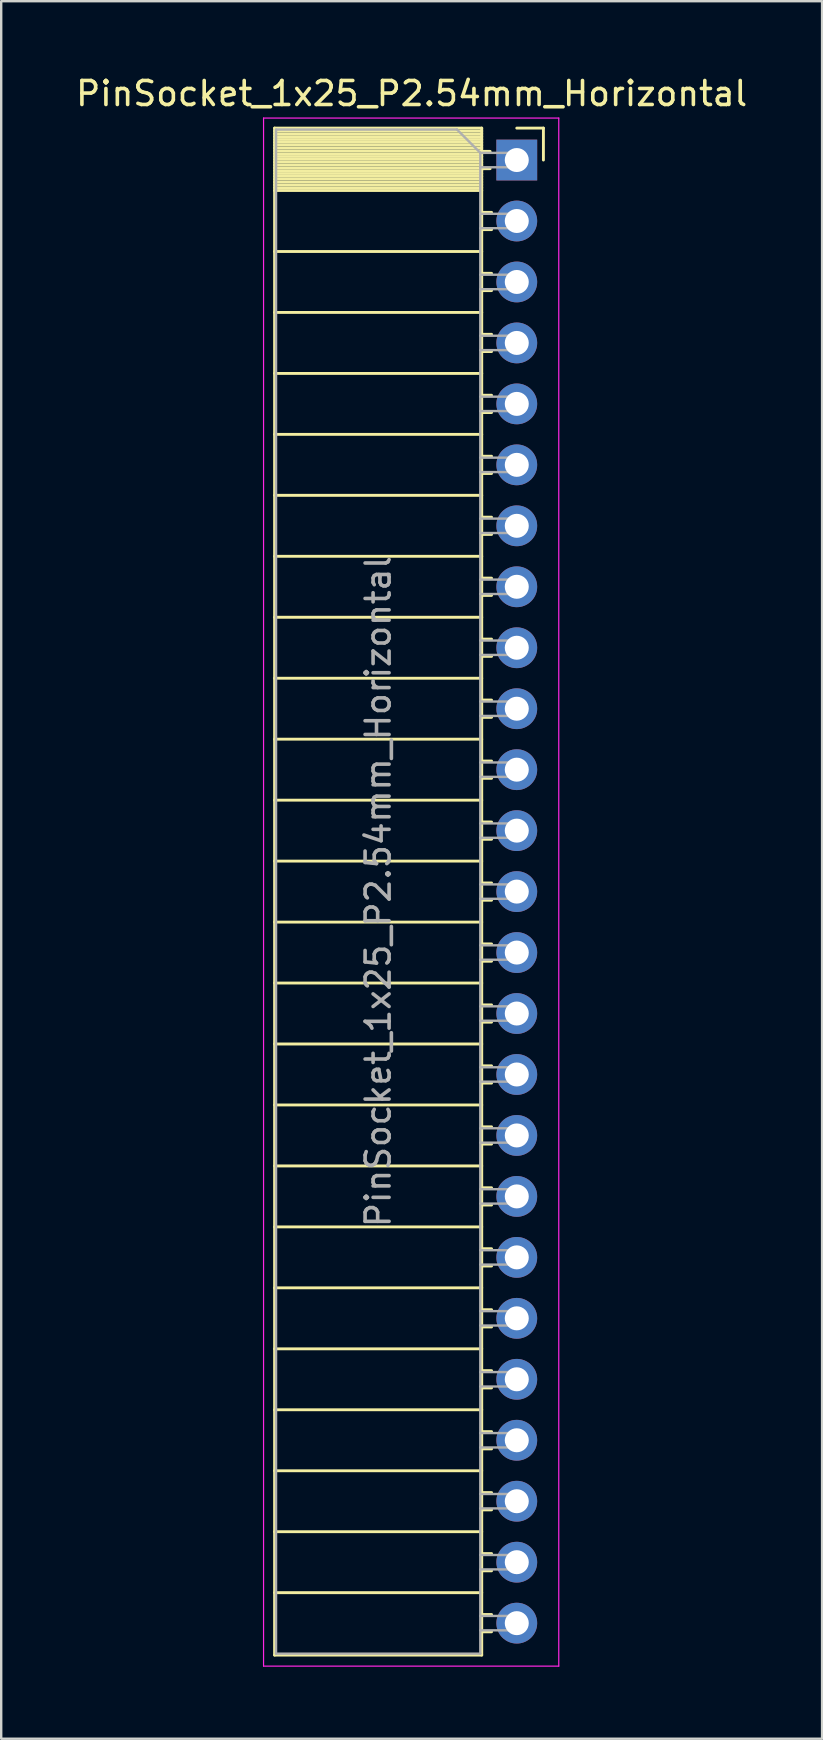
<source format=kicad_pcb>
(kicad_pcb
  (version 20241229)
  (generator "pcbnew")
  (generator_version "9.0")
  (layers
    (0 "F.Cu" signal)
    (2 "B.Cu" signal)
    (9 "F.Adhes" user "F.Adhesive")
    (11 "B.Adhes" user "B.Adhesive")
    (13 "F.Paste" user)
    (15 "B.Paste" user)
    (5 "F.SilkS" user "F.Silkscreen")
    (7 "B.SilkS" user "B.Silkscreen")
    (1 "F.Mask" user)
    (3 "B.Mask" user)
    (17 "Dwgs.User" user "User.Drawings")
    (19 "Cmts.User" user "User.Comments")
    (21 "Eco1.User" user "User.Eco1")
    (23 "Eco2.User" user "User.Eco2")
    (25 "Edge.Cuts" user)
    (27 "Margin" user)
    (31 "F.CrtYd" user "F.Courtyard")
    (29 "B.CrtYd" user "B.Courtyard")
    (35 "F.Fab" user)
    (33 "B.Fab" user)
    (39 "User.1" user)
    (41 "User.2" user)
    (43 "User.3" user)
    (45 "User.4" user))
  (footprint "PinSocket_1x25_P2.54mm_Horizontal"
    (layer "F.Cu")
    (at 18.481 3.618)
    (property "Reference" "PinSocket_1x25_P2.54mm_Horizontal" (at -4.38 -2.77 0) (layer "F.SilkS") (effects (font (size 1 1) (thickness 0.15))))
    (attr through_hole)
    (fp_line (start -10.09 -1.33) (end -10.09 62.29) (stroke (width 0.12) (type solid)) (layer "F.SilkS"))
    (fp_line (start -10.09 -1.33) (end -1.46 -1.33) (stroke (width 0.12) (type solid)) (layer "F.SilkS"))
    (fp_line (start -10.09 -1.21) (end -1.46 -1.21) (stroke (width 0.12) (type solid)) (layer "F.SilkS"))
    (fp_line (start -10.09 -1.092) (end -1.46 -1.092) (stroke (width 0.12) (type solid)) (layer "F.SilkS"))
    (fp_line (start -10.09 -0.974) (end -1.46 -0.974) (stroke (width 0.12) (type solid)) (layer "F.SilkS"))
    (fp_line (start -10.09 -0.856) (end -1.46 -0.856) (stroke (width 0.12) (type solid)) (layer "F.SilkS"))
    (fp_line (start -10.09 -0.738) (end -1.46 -0.738) (stroke (width 0.12) (type solid)) (layer "F.SilkS"))
    (fp_line (start -10.09 -0.62) (end -1.46 -0.62) (stroke (width 0.12) (type solid)) (layer "F.SilkS"))
    (fp_line (start -10.09 -0.501) (end -1.46 -0.501) (stroke (width 0.12) (type solid)) (layer "F.SilkS"))
    (fp_line (start -10.09 -0.383) (end -1.46 -0.383) (stroke (width 0.12) (type solid)) (layer "F.SilkS"))
    (fp_line (start -10.09 -0.265) (end -1.46 -0.265) (stroke (width 0.12) (type solid)) (layer "F.SilkS"))
    (fp_line (start -10.09 -0.147) (end -1.46 -0.147) (stroke (width 0.12) (type solid)) (layer "F.SilkS"))
    (fp_line (start -10.09 -0.029) (end -1.46 -0.029) (stroke (width 0.12) (type solid)) (layer "F.SilkS"))
    (fp_line (start -10.09 0.089) (end -1.46 0.089) (stroke (width 0.12) (type solid)) (layer "F.SilkS"))
    (fp_line (start -10.09 0.207) (end -1.46 0.207) (stroke (width 0.12) (type solid)) (layer "F.SilkS"))
    (fp_line (start -10.09 0.325) (end -1.46 0.325) (stroke (width 0.12) (type solid)) (layer "F.SilkS"))
    (fp_line (start -10.09 0.443) (end -1.46 0.443) (stroke (width 0.12) (type solid)) (layer "F.SilkS"))
    (fp_line (start -10.09 0.561) (end -1.46 0.561) (stroke (width 0.12) (type solid)) (layer "F.SilkS"))
    (fp_line (start -10.09 0.68) (end -1.46 0.68) (stroke (width 0.12) (type solid)) (layer "F.SilkS"))
    (fp_line (start -10.09 0.798) (end -1.46 0.798) (stroke (width 0.12) (type solid)) (layer "F.SilkS"))
    (fp_line (start -10.09 0.916) (end -1.46 0.916) (stroke (width 0.12) (type solid)) (layer "F.SilkS"))
    (fp_line (start -10.09 1.034) (end -1.46 1.034) (stroke (width 0.12) (type solid)) (layer "F.SilkS"))
    (fp_line (start -10.09 1.152) (end -1.46 1.152) (stroke (width 0.12) (type solid)) (layer "F.SilkS"))
    (fp_line (start -10.09 1.27) (end -1.46 1.27) (stroke (width 0.12) (type solid)) (layer "F.SilkS"))
    (fp_line (start -10.09 3.81) (end -1.46 3.81) (stroke (width 0.12) (type solid)) (layer "F.SilkS"))
    (fp_line (start -10.09 6.35) (end -1.46 6.35) (stroke (width 0.12) (type solid)) (layer "F.SilkS"))
    (fp_line (start -10.09 8.89) (end -1.46 8.89) (stroke (width 0.12) (type solid)) (layer "F.SilkS"))
    (fp_line (start -10.09 11.43) (end -1.46 11.43) (stroke (width 0.12) (type solid)) (layer "F.SilkS"))
    (fp_line (start -10.09 13.97) (end -1.46 13.97) (stroke (width 0.12) (type solid)) (layer "F.SilkS"))
    (fp_line (start -10.09 16.51) (end -1.46 16.51) (stroke (width 0.12) (type solid)) (layer "F.SilkS"))
    (fp_line (start -10.09 19.05) (end -1.46 19.05) (stroke (width 0.12) (type solid)) (layer "F.SilkS"))
    (fp_line (start -10.09 21.59) (end -1.46 21.59) (stroke (width 0.12) (type solid)) (layer "F.SilkS"))
    (fp_line (start -10.09 24.13) (end -1.46 24.13) (stroke (width 0.12) (type solid)) (layer "F.SilkS"))
    (fp_line (start -10.09 26.67) (end -1.46 26.67) (stroke (width 0.12) (type solid)) (layer "F.SilkS"))
    (fp_line (start -10.09 29.21) (end -1.46 29.21) (stroke (width 0.12) (type solid)) (layer "F.SilkS"))
    (fp_line (start -10.09 31.75) (end -1.46 31.75) (stroke (width 0.12) (type solid)) (layer "F.SilkS"))
    (fp_line (start -10.09 34.29) (end -1.46 34.29) (stroke (width 0.12) (type solid)) (layer "F.SilkS"))
    (fp_line (start -10.09 36.83) (end -1.46 36.83) (stroke (width 0.12) (type solid)) (layer "F.SilkS"))
    (fp_line (start -10.09 39.37) (end -1.46 39.37) (stroke (width 0.12) (type solid)) (layer "F.SilkS"))
    (fp_line (start -10.09 41.91) (end -1.46 41.91) (stroke (width 0.12) (type solid)) (layer "F.SilkS"))
    (fp_line (start -10.09 44.45) (end -1.46 44.45) (stroke (width 0.12) (type solid)) (layer "F.SilkS"))
    (fp_line (start -10.09 46.99) (end -1.46 46.99) (stroke (width 0.12) (type solid)) (layer "F.SilkS"))
    (fp_line (start -10.09 49.53) (end -1.46 49.53) (stroke (width 0.12) (type solid)) (layer "F.SilkS"))
    (fp_line (start -10.09 52.07) (end -1.46 52.07) (stroke (width 0.12) (type solid)) (layer "F.SilkS"))
    (fp_line (start -10.09 54.61) (end -1.46 54.61) (stroke (width 0.12) (type solid)) (layer "F.SilkS"))
    (fp_line (start -10.09 57.15) (end -1.46 57.15) (stroke (width 0.12) (type solid)) (layer "F.SilkS"))
    (fp_line (start -10.09 59.69) (end -1.46 59.69) (stroke (width 0.12) (type solid)) (layer "F.SilkS"))
    (fp_line (start -10.09 62.29) (end -1.46 62.29) (stroke (width 0.12) (type solid)) (layer "F.SilkS"))
    (fp_line (start -1.46 -1.33) (end -1.46 62.29) (stroke (width 0.12) (type solid)) (layer "F.SilkS"))
    (fp_line (start -1.46 -0.36) (end -1.11 -0.36) (stroke (width 0.12) (type solid)) (layer "F.SilkS"))
    (fp_line (start -1.46 0.36) (end -1.11 0.36) (stroke (width 0.12) (type solid)) (layer "F.SilkS"))
    (fp_line (start -1.46 2.18) (end -1.05 2.18) (stroke (width 0.12) (type solid)) (layer "F.SilkS"))
    (fp_line (start -1.46 2.9) (end -1.05 2.9) (stroke (width 0.12) (type solid)) (layer "F.SilkS"))
    (fp_line (start -1.46 4.72) (end -1.05 4.72) (stroke (width 0.12) (type solid)) (layer "F.SilkS"))
    (fp_line (start -1.46 5.44) (end -1.05 5.44) (stroke (width 0.12) (type solid)) (layer "F.SilkS"))
    (fp_line (start -1.46 7.26) (end -1.05 7.26) (stroke (width 0.12) (type solid)) (layer "F.SilkS"))
    (fp_line (start -1.46 7.98) (end -1.05 7.98) (stroke (width 0.12) (type solid)) (layer "F.SilkS"))
    (fp_line (start -1.46 9.8) (end -1.05 9.8) (stroke (width 0.12) (type solid)) (layer "F.SilkS"))
    (fp_line (start -1.46 10.52) (end -1.05 10.52) (stroke (width 0.12) (type solid)) (layer "F.SilkS"))
    (fp_line (start -1.46 12.34) (end -1.05 12.34) (stroke (width 0.12) (type solid)) (layer "F.SilkS"))
    (fp_line (start -1.46 13.06) (end -1.05 13.06) (stroke (width 0.12) (type solid)) (layer "F.SilkS"))
    (fp_line (start -1.46 14.88) (end -1.05 14.88) (stroke (width 0.12) (type solid)) (layer "F.SilkS"))
    (fp_line (start -1.46 15.6) (end -1.05 15.6) (stroke (width 0.12) (type solid)) (layer "F.SilkS"))
    (fp_line (start -1.46 17.42) (end -1.05 17.42) (stroke (width 0.12) (type solid)) (layer "F.SilkS"))
    (fp_line (start -1.46 18.14) (end -1.05 18.14) (stroke (width 0.12) (type solid)) (layer "F.SilkS"))
    (fp_line (start -1.46 19.96) (end -1.05 19.96) (stroke (width 0.12) (type solid)) (layer "F.SilkS"))
    (fp_line (start -1.46 20.68) (end -1.05 20.68) (stroke (width 0.12) (type solid)) (layer "F.SilkS"))
    (fp_line (start -1.46 22.5) (end -1.05 22.5) (stroke (width 0.12) (type solid)) (layer "F.SilkS"))
    (fp_line (start -1.46 23.22) (end -1.05 23.22) (stroke (width 0.12) (type solid)) (layer "F.SilkS"))
    (fp_line (start -1.46 25.04) (end -1.05 25.04) (stroke (width 0.12) (type solid)) (layer "F.SilkS"))
    (fp_line (start -1.46 25.76) (end -1.05 25.76) (stroke (width 0.12) (type solid)) (layer "F.SilkS"))
    (fp_line (start -1.46 27.58) (end -1.05 27.58) (stroke (width 0.12) (type solid)) (layer "F.SilkS"))
    (fp_line (start -1.46 28.3) (end -1.05 28.3) (stroke (width 0.12) (type solid)) (layer "F.SilkS"))
    (fp_line (start -1.46 30.12) (end -1.05 30.12) (stroke (width 0.12) (type solid)) (layer "F.SilkS"))
    (fp_line (start -1.46 30.84) (end -1.05 30.84) (stroke (width 0.12) (type solid)) (layer "F.SilkS"))
    (fp_line (start -1.46 32.66) (end -1.05 32.66) (stroke (width 0.12) (type solid)) (layer "F.SilkS"))
    (fp_line (start -1.46 33.38) (end -1.05 33.38) (stroke (width 0.12) (type solid)) (layer "F.SilkS"))
    (fp_line (start -1.46 35.2) (end -1.05 35.2) (stroke (width 0.12) (type solid)) (layer "F.SilkS"))
    (fp_line (start -1.46 35.92) (end -1.05 35.92) (stroke (width 0.12) (type solid)) (layer "F.SilkS"))
    (fp_line (start -1.46 37.74) (end -1.05 37.74) (stroke (width 0.12) (type solid)) (layer "F.SilkS"))
    (fp_line (start -1.46 38.46) (end -1.05 38.46) (stroke (width 0.12) (type solid)) (layer "F.SilkS"))
    (fp_line (start -1.46 40.28) (end -1.05 40.28) (stroke (width 0.12) (type solid)) (layer "F.SilkS"))
    (fp_line (start -1.46 41) (end -1.05 41) (stroke (width 0.12) (type solid)) (layer "F.SilkS"))
    (fp_line (start -1.46 42.82) (end -1.05 42.82) (stroke (width 0.12) (type solid)) (layer "F.SilkS"))
    (fp_line (start -1.46 43.54) (end -1.05 43.54) (stroke (width 0.12) (type solid)) (layer "F.SilkS"))
    (fp_line (start -1.46 45.36) (end -1.05 45.36) (stroke (width 0.12) (type solid)) (layer "F.SilkS"))
    (fp_line (start -1.46 46.08) (end -1.05 46.08) (stroke (width 0.12) (type solid)) (layer "F.SilkS"))
    (fp_line (start -1.46 47.9) (end -1.05 47.9) (stroke (width 0.12) (type solid)) (layer "F.SilkS"))
    (fp_line (start -1.46 48.62) (end -1.05 48.62) (stroke (width 0.12) (type solid)) (layer "F.SilkS"))
    (fp_line (start -1.46 50.44) (end -1.05 50.44) (stroke (width 0.12) (type solid)) (layer "F.SilkS"))
    (fp_line (start -1.46 51.16) (end -1.05 51.16) (stroke (width 0.12) (type solid)) (layer "F.SilkS"))
    (fp_line (start -1.46 52.98) (end -1.05 52.98) (stroke (width 0.12) (type solid)) (layer "F.SilkS"))
    (fp_line (start -1.46 53.7) (end -1.05 53.7) (stroke (width 0.12) (type solid)) (layer "F.SilkS"))
    (fp_line (start -1.46 55.52) (end -1.05 55.52) (stroke (width 0.12) (type solid)) (layer "F.SilkS"))
    (fp_line (start -1.46 56.24) (end -1.05 56.24) (stroke (width 0.12) (type solid)) (layer "F.SilkS"))
    (fp_line (start -1.46 58.06) (end -1.05 58.06) (stroke (width 0.12) (type solid)) (layer "F.SilkS"))
    (fp_line (start -1.46 58.78) (end -1.05 58.78) (stroke (width 0.12) (type solid)) (layer "F.SilkS"))
    (fp_line (start -1.46 60.6) (end -1.05 60.6) (stroke (width 0.12) (type solid)) (layer "F.SilkS"))
    (fp_line (start -1.46 61.32) (end -1.05 61.32) (stroke (width 0.12) (type solid)) (layer "F.SilkS"))
    (fp_line (start 0 -1.33) (end 1.11 -1.33) (stroke (width 0.12) (type solid)) (layer "F.SilkS"))
    (fp_line (start 1.11 -1.33) (end 1.11 0) (stroke (width 0.12) (type solid)) (layer "F.SilkS"))
    (fp_line (start -10.55 -1.75) (end -10.55 62.75) (stroke (width 0.05) (type solid)) (layer "F.CrtYd"))
    (fp_line (start -10.55 62.75) (end 1.75 62.75) (stroke (width 0.05) (type solid)) (layer "F.CrtYd"))
    (fp_line (start 1.75 -1.75) (end -10.55 -1.75) (stroke (width 0.05) (type solid)) (layer "F.CrtYd"))
    (fp_line (start 1.75 62.75) (end 1.75 -1.75) (stroke (width 0.05) (type solid)) (layer "F.CrtYd"))
    (fp_line (start -10.03 -1.27) (end -2.49 -1.27) (stroke (width 0.1) (type solid)) (layer "F.Fab"))
    (fp_line (start -10.03 62.23) (end -10.03 -1.27) (stroke (width 0.1) (type solid)) (layer "F.Fab"))
    (fp_line (start -2.49 -1.27) (end -1.52 -0.3) (stroke (width 0.1) (type solid)) (layer "F.Fab"))
    (fp_line (start -1.52 -0.3) (end -1.52 62.23) (stroke (width 0.1) (type solid)) (layer "F.Fab"))
    (fp_line (start -1.52 0.3) (end 0 0.3) (stroke (width 0.1) (type solid)) (layer "F.Fab"))
    (fp_line (start -1.52 2.84) (end 0 2.84) (stroke (width 0.1) (type solid)) (layer "F.Fab"))
    (fp_line (start -1.52 5.38) (end 0 5.38) (stroke (width 0.1) (type solid)) (layer "F.Fab"))
    (fp_line (start -1.52 7.92) (end 0 7.92) (stroke (width 0.1) (type solid)) (layer "F.Fab"))
    (fp_line (start -1.52 10.46) (end 0 10.46) (stroke (width 0.1) (type solid)) (layer "F.Fab"))
    (fp_line (start -1.52 13) (end 0 13) (stroke (width 0.1) (type solid)) (layer "F.Fab"))
    (fp_line (start -1.52 15.54) (end 0 15.54) (stroke (width 0.1) (type solid)) (layer "F.Fab"))
    (fp_line (start -1.52 18.08) (end 0 18.08) (stroke (width 0.1) (type solid)) (layer "F.Fab"))
    (fp_line (start -1.52 20.62) (end 0 20.62) (stroke (width 0.1) (type solid)) (layer "F.Fab"))
    (fp_line (start -1.52 23.16) (end 0 23.16) (stroke (width 0.1) (type solid)) (layer "F.Fab"))
    (fp_line (start -1.52 25.7) (end 0 25.7) (stroke (width 0.1) (type solid)) (layer "F.Fab"))
    (fp_line (start -1.52 28.24) (end 0 28.24) (stroke (width 0.1) (type solid)) (layer "F.Fab"))
    (fp_line (start -1.52 30.78) (end 0 30.78) (stroke (width 0.1) (type solid)) (layer "F.Fab"))
    (fp_line (start -1.52 33.32) (end 0 33.32) (stroke (width 0.1) (type solid)) (layer "F.Fab"))
    (fp_line (start -1.52 35.86) (end 0 35.86) (stroke (width 0.1) (type solid)) (layer "F.Fab"))
    (fp_line (start -1.52 38.4) (end 0 38.4) (stroke (width 0.1) (type solid)) (layer "F.Fab"))
    (fp_line (start -1.52 40.94) (end 0 40.94) (stroke (width 0.1) (type solid)) (layer "F.Fab"))
    (fp_line (start -1.52 43.48) (end 0 43.48) (stroke (width 0.1) (type solid)) (layer "F.Fab"))
    (fp_line (start -1.52 46.02) (end 0 46.02) (stroke (width 0.1) (type solid)) (layer "F.Fab"))
    (fp_line (start -1.52 48.56) (end 0 48.56) (stroke (width 0.1) (type solid)) (layer "F.Fab"))
    (fp_line (start -1.52 51.1) (end 0 51.1) (stroke (width 0.1) (type solid)) (layer "F.Fab"))
    (fp_line (start -1.52 53.64) (end 0 53.64) (stroke (width 0.1) (type solid)) (layer "F.Fab"))
    (fp_line (start -1.52 56.18) (end 0 56.18) (stroke (width 0.1) (type solid)) (layer "F.Fab"))
    (fp_line (start -1.52 58.72) (end 0 58.72) (stroke (width 0.1) (type solid)) (layer "F.Fab"))
    (fp_line (start -1.52 61.26) (end 0 61.26) (stroke (width 0.1) (type solid)) (layer "F.Fab"))
    (fp_line (start -1.52 62.23) (end -10.03 62.23) (stroke (width 0.1) (type solid)) (layer "F.Fab"))
    (fp_line (start 0 -0.3) (end -1.52 -0.3) (stroke (width 0.1) (type solid)) (layer "F.Fab"))
    (fp_line (start 0 0.3) (end 0 -0.3) (stroke (width 0.1) (type solid)) (layer "F.Fab"))
    (fp_line (start 0 2.24) (end -1.52 2.24) (stroke (width 0.1) (type solid)) (layer "F.Fab"))
    (fp_line (start 0 2.84) (end 0 2.24) (stroke (width 0.1) (type solid)) (layer "F.Fab"))
    (fp_line (start 0 4.78) (end -1.52 4.78) (stroke (width 0.1) (type solid)) (layer "F.Fab"))
    (fp_line (start 0 5.38) (end 0 4.78) (stroke (width 0.1) (type solid)) (layer "F.Fab"))
    (fp_line (start 0 7.32) (end -1.52 7.32) (stroke (width 0.1) (type solid)) (layer "F.Fab"))
    (fp_line (start 0 7.92) (end 0 7.32) (stroke (width 0.1) (type solid)) (layer "F.Fab"))
    (fp_line (start 0 9.86) (end -1.52 9.86) (stroke (width 0.1) (type solid)) (layer "F.Fab"))
    (fp_line (start 0 10.46) (end 0 9.86) (stroke (width 0.1) (type solid)) (layer "F.Fab"))
    (fp_line (start 0 12.4) (end -1.52 12.4) (stroke (width 0.1) (type solid)) (layer "F.Fab"))
    (fp_line (start 0 13) (end 0 12.4) (stroke (width 0.1) (type solid)) (layer "F.Fab"))
    (fp_line (start 0 14.94) (end -1.52 14.94) (stroke (width 0.1) (type solid)) (layer "F.Fab"))
    (fp_line (start 0 15.54) (end 0 14.94) (stroke (width 0.1) (type solid)) (layer "F.Fab"))
    (fp_line (start 0 17.48) (end -1.52 17.48) (stroke (width 0.1) (type solid)) (layer "F.Fab"))
    (fp_line (start 0 18.08) (end 0 17.48) (stroke (width 0.1) (type solid)) (layer "F.Fab"))
    (fp_line (start 0 20.02) (end -1.52 20.02) (stroke (width 0.1) (type solid)) (layer "F.Fab"))
    (fp_line (start 0 20.62) (end 0 20.02) (stroke (width 0.1) (type solid)) (layer "F.Fab"))
    (fp_line (start 0 22.56) (end -1.52 22.56) (stroke (width 0.1) (type solid)) (layer "F.Fab"))
    (fp_line (start 0 23.16) (end 0 22.56) (stroke (width 0.1) (type solid)) (layer "F.Fab"))
    (fp_line (start 0 25.1) (end -1.52 25.1) (stroke (width 0.1) (type solid)) (layer "F.Fab"))
    (fp_line (start 0 25.7) (end 0 25.1) (stroke (width 0.1) (type solid)) (layer "F.Fab"))
    (fp_line (start 0 27.64) (end -1.52 27.64) (stroke (width 0.1) (type solid)) (layer "F.Fab"))
    (fp_line (start 0 28.24) (end 0 27.64) (stroke (width 0.1) (type solid)) (layer "F.Fab"))
    (fp_line (start 0 30.18) (end -1.52 30.18) (stroke (width 0.1) (type solid)) (layer "F.Fab"))
    (fp_line (start 0 30.78) (end 0 30.18) (stroke (width 0.1) (type solid)) (layer "F.Fab"))
    (fp_line (start 0 32.72) (end -1.52 32.72) (stroke (width 0.1) (type solid)) (layer "F.Fab"))
    (fp_line (start 0 33.32) (end 0 32.72) (stroke (width 0.1) (type solid)) (layer "F.Fab"))
    (fp_line (start 0 35.26) (end -1.52 35.26) (stroke (width 0.1) (type solid)) (layer "F.Fab"))
    (fp_line (start 0 35.86) (end 0 35.26) (stroke (width 0.1) (type solid)) (layer "F.Fab"))
    (fp_line (start 0 37.8) (end -1.52 37.8) (stroke (width 0.1) (type solid)) (layer "F.Fab"))
    (fp_line (start 0 38.4) (end 0 37.8) (stroke (width 0.1) (type solid)) (layer "F.Fab"))
    (fp_line (start 0 40.34) (end -1.52 40.34) (stroke (width 0.1) (type solid)) (layer "F.Fab"))
    (fp_line (start 0 40.94) (end 0 40.34) (stroke (width 0.1) (type solid)) (layer "F.Fab"))
    (fp_line (start 0 42.88) (end -1.52 42.88) (stroke (width 0.1) (type solid)) (layer "F.Fab"))
    (fp_line (start 0 43.48) (end 0 42.88) (stroke (width 0.1) (type solid)) (layer "F.Fab"))
    (fp_line (start 0 45.42) (end -1.52 45.42) (stroke (width 0.1) (type solid)) (layer "F.Fab"))
    (fp_line (start 0 46.02) (end 0 45.42) (stroke (width 0.1) (type solid)) (layer "F.Fab"))
    (fp_line (start 0 47.96) (end -1.52 47.96) (stroke (width 0.1) (type solid)) (layer "F.Fab"))
    (fp_line (start 0 48.56) (end 0 47.96) (stroke (width 0.1) (type solid)) (layer "F.Fab"))
    (fp_line (start 0 50.5) (end -1.52 50.5) (stroke (width 0.1) (type solid)) (layer "F.Fab"))
    (fp_line (start 0 51.1) (end 0 50.5) (stroke (width 0.1) (type solid)) (layer "F.Fab"))
    (fp_line (start 0 53.04) (end -1.52 53.04) (stroke (width 0.1) (type solid)) (layer "F.Fab"))
    (fp_line (start 0 53.64) (end 0 53.04) (stroke (width 0.1) (type solid)) (layer "F.Fab"))
    (fp_line (start 0 55.58) (end -1.52 55.58) (stroke (width 0.1) (type solid)) (layer "F.Fab"))
    (fp_line (start 0 56.18) (end 0 55.58) (stroke (width 0.1) (type solid)) (layer "F.Fab"))
    (fp_line (start 0 58.12) (end -1.52 58.12) (stroke (width 0.1) (type solid)) (layer "F.Fab"))
    (fp_line (start 0 58.72) (end 0 58.12) (stroke (width 0.1) (type solid)) (layer "F.Fab"))
    (fp_line (start 0 60.66) (end -1.52 60.66) (stroke (width 0.1) (type solid)) (layer "F.Fab"))
    (fp_line (start 0 61.26) (end 0 60.66) (stroke (width 0.1) (type solid)) (layer "F.Fab"))
    (fp_text user "${REFERENCE}" (at -5.775 30.48 90) (layer "F.Fab") (effects (font (size 1 1) (thickness 0.15))))
    (pad "1" thru_hole rect (at 0 0) (size 1.7 1.7) (drill 1) (layers "*.Cu" "*.Mask"))
    (pad "2" thru_hole circle (at 0 2.54) (size 1.7 1.7) (drill 1) (layers "*.Cu" "*.Mask"))
    (pad "3" thru_hole circle (at 0 5.08) (size 1.7 1.7) (drill 1) (layers "*.Cu" "*.Mask"))
    (pad "4" thru_hole circle (at 0 7.62) (size 1.7 1.7) (drill 1) (layers "*.Cu" "*.Mask"))
    (pad "5" thru_hole circle (at 0 10.16) (size 1.7 1.7) (drill 1) (layers "*.Cu" "*.Mask"))
    (pad "6" thru_hole circle (at 0 12.7) (size 1.7 1.7) (drill 1) (layers "*.Cu" "*.Mask"))
    (pad "7" thru_hole circle (at 0 15.24) (size 1.7 1.7) (drill 1) (layers "*.Cu" "*.Mask"))
    (pad "8" thru_hole circle (at 0 17.78) (size 1.7 1.7) (drill 1) (layers "*.Cu" "*.Mask"))
    (pad "9" thru_hole circle (at 0 20.32) (size 1.7 1.7) (drill 1) (layers "*.Cu" "*.Mask"))
    (pad "10" thru_hole circle (at 0 22.86) (size 1.7 1.7) (drill 1) (layers "*.Cu" "*.Mask"))
    (pad "11" thru_hole circle (at 0 25.4) (size 1.7 1.7) (drill 1) (layers "*.Cu" "*.Mask"))
    (pad "12" thru_hole circle (at 0 27.94) (size 1.7 1.7) (drill 1) (layers "*.Cu" "*.Mask"))
    (pad "13" thru_hole circle (at 0 30.48) (size 1.7 1.7) (drill 1) (layers "*.Cu" "*.Mask"))
    (pad "14" thru_hole circle (at 0 33.02) (size 1.7 1.7) (drill 1) (layers "*.Cu" "*.Mask"))
    (pad "15" thru_hole circle (at 0 35.56) (size 1.7 1.7) (drill 1) (layers "*.Cu" "*.Mask"))
    (pad "16" thru_hole circle (at 0 38.1) (size 1.7 1.7) (drill 1) (layers "*.Cu" "*.Mask"))
    (pad "17" thru_hole circle (at 0 40.64) (size 1.7 1.7) (drill 1) (layers "*.Cu" "*.Mask"))
    (pad "18" thru_hole circle (at 0 43.18) (size 1.7 1.7) (drill 1) (layers "*.Cu" "*.Mask"))
    (pad "19" thru_hole circle (at 0 45.72) (size 1.7 1.7) (drill 1) (layers "*.Cu" "*.Mask"))
    (pad "20" thru_hole circle (at 0 48.26) (size 1.7 1.7) (drill 1) (layers "*.Cu" "*.Mask"))
    (pad "21" thru_hole circle (at 0 50.8) (size 1.7 1.7) (drill 1) (layers "*.Cu" "*.Mask"))
    (pad "22" thru_hole circle (at 0 53.34) (size 1.7 1.7) (drill 1) (layers "*.Cu" "*.Mask"))
    (pad "23" thru_hole circle (at 0 55.88) (size 1.7 1.7) (drill 1) (layers "*.Cu" "*.Mask"))
    (pad "24" thru_hole circle (at 0 58.42) (size 1.7 1.7) (drill 1) (layers "*.Cu" "*.Mask"))
    (pad "25" thru_hole circle (at 0 60.96) (size 1.7 1.7) (drill 1) (layers "*.Cu" "*.Mask")))
  (gr_rect
    (start -3 -3)
    (end 31.202 69.393)
    (stroke (width 0.1) (type default))
    (fill no)
    (layer "Edge.Cuts")))
</source>
